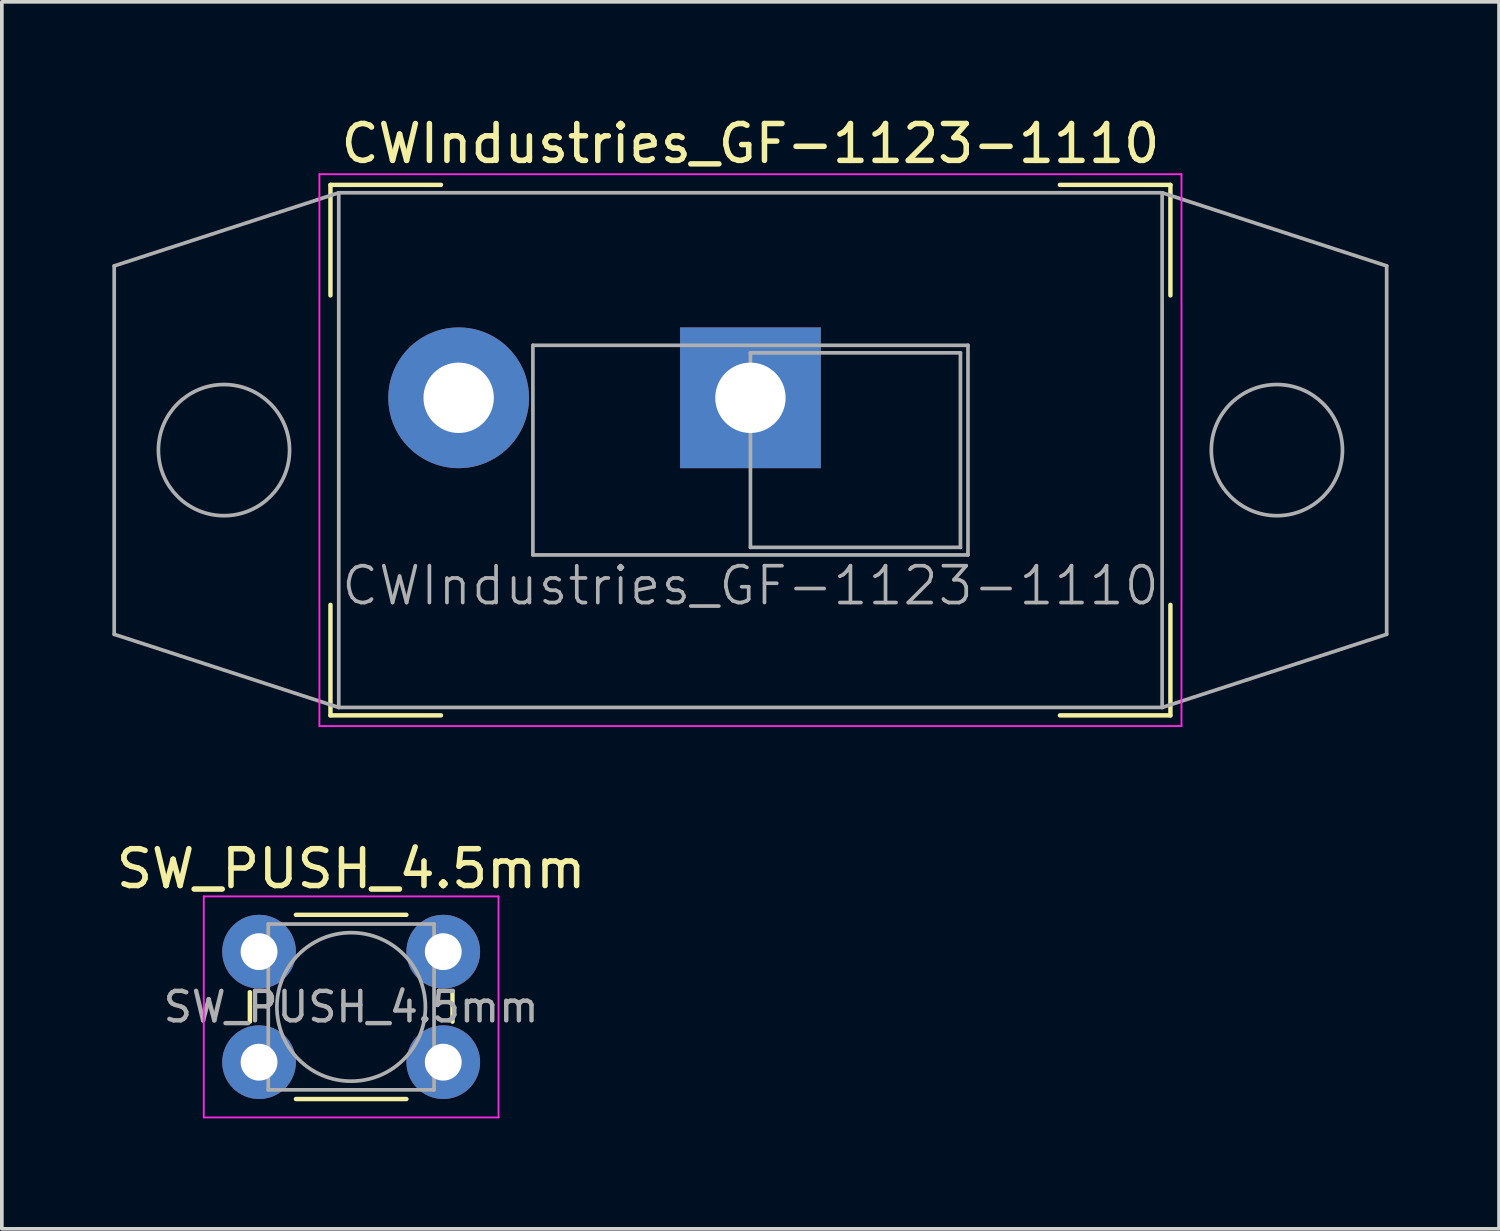
<source format=kicad_pcb>
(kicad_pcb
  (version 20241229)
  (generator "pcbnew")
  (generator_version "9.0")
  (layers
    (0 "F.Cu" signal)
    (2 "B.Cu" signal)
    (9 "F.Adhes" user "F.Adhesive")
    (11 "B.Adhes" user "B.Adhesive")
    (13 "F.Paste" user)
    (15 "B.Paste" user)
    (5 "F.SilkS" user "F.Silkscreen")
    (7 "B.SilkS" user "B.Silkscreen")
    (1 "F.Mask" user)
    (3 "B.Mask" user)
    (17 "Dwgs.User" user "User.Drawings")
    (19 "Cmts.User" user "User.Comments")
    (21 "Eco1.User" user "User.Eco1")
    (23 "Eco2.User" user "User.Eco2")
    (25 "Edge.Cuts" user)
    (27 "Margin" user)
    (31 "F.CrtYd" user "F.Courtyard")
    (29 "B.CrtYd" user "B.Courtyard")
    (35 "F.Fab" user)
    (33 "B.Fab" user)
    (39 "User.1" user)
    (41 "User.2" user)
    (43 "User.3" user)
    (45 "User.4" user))
  (footprint "CWIndustries_GF-1123-1110"
    (layer "F.Cu")
    (at 17.32 7.748)
    (property "Reference" "CWIndustries_GF-1123-1110" (at 0 -6.9 0) (layer "F.SilkS") (effects (font (size 1 1) (thickness 0.15))))
    (attr through_hole)
    (fp_line (start -11.4 -5.78) (end -11.4 -2.78) (stroke (width 0.12) (type solid)) (layer "F.SilkS"))
    (fp_line (start -11.4 5.62) (end -11.4 8.62) (stroke (width 0.12) (type solid)) (layer "F.SilkS"))
    (fp_line (start -11.4 8.62) (end -8.4 8.62) (stroke (width 0.12) (type solid)) (layer "F.SilkS"))
    (fp_line (start -8.4 -5.78) (end -11.4 -5.78) (stroke (width 0.12) (type solid)) (layer "F.SilkS"))
    (fp_line (start 8.4 -5.78) (end 11.4 -5.78) (stroke (width 0.12) (type solid)) (layer "F.SilkS"))
    (fp_line (start 8.4 8.62) (end 11.4 8.62) (stroke (width 0.12) (type solid)) (layer "F.SilkS"))
    (fp_line (start 11.4 -5.78) (end 11.4 -2.78) (stroke (width 0.12) (type solid)) (layer "F.SilkS"))
    (fp_line (start 11.4 8.62) (end 11.4 5.62) (stroke (width 0.12) (type solid)) (layer "F.SilkS"))
    (fp_line (start -11.7 -6.07) (end -11.7 8.91) (stroke (width 0.05) (type solid)) (layer "F.CrtYd"))
    (fp_line (start -11.7 8.91) (end 11.7 8.91) (stroke (width 0.05) (type solid)) (layer "F.CrtYd"))
    (fp_line (start 11.7 -6.07) (end -11.7 -6.07) (stroke (width 0.05) (type solid)) (layer "F.CrtYd"))
    (fp_line (start 11.7 8.91) (end 11.7 -6.07) (stroke (width 0.05) (type solid)) (layer "F.CrtYd"))
    (fp_line (start -17.27 -3.58) (end -17.27 6.42) (stroke (width 0.1) (type solid)) (layer "F.Fab"))
    (fp_line (start -17.27 6.42) (end -11.175 8.405) (stroke (width 0.1) (type solid)) (layer "F.Fab"))
    (fp_line (start -11.175 -5.565) (end -17.27 -3.58) (stroke (width 0.1) (type solid)) (layer "F.Fab"))
    (fp_line (start -11.175 -5.565) (end -11.175 8.405) (stroke (width 0.1) (type solid)) (layer "F.Fab"))
    (fp_line (start -11.175 8.405) (end 11.175 8.405) (stroke (width 0.1) (type solid)) (layer "F.Fab"))
    (fp_line (start -5.905 -1.425) (end -5.905 4.265) (stroke (width 0.1) (type solid)) (layer "F.Fab"))
    (fp_line (start -5.905 4.265) (end 5.905 4.265) (stroke (width 0.1) (type solid)) (layer "F.Fab"))
    (fp_line (start 0 -1.22) (end 5.7 -1.22) (stroke (width 0.1) (type solid)) (layer "F.Fab"))
    (fp_line (start 0 4.06) (end 0 -1.22) (stroke (width 0.1) (type solid)) (layer "F.Fab"))
    (fp_line (start 5.7 -1.22) (end 5.7 4.06) (stroke (width 0.1) (type solid)) (layer "F.Fab"))
    (fp_line (start 5.7 4.06) (end 0 4.06) (stroke (width 0.1) (type solid)) (layer "F.Fab"))
    (fp_line (start 5.905 -1.425) (end -5.905 -1.425) (stroke (width 0.1) (type solid)) (layer "F.Fab"))
    (fp_line (start 5.905 4.265) (end 5.905 -1.425) (stroke (width 0.1) (type solid)) (layer "F.Fab"))
    (fp_line (start 11.175 -5.565) (end -11.175 -5.565) (stroke (width 0.1) (type solid)) (layer "F.Fab"))
    (fp_line (start 11.175 8.405) (end 11.175 -5.565) (stroke (width 0.1) (type solid)) (layer "F.Fab"))
    (fp_line (start 17.27 -3.58) (end 11.175 -5.565) (stroke (width 0.1) (type solid)) (layer "F.Fab"))
    (fp_line (start 17.27 -3.58) (end 17.27 6.42) (stroke (width 0.1) (type solid)) (layer "F.Fab"))
    (fp_line (start 17.27 6.42) (end 11.175 8.405) (stroke (width 0.1) (type solid)) (layer "F.Fab"))
    (fp_circle (center -14.29 1.42) (end -12.51 1.42) (stroke (width 0.1) (type solid)) (fill no) (layer "F.Fab"))
    (fp_circle (center 14.29 1.42) (end 12.51 1.42) (stroke (width 0.1) (type solid)) (fill no) (layer "F.Fab"))
    (fp_text user "${REFERENCE}" (at 0 5.1 0) (layer "F.Fab") (effects (font (size 1 1) (thickness 0.1))))
    (pad "1" thru_hole rect (at 0 0) (size 3.82 3.82) (drill 1.91) (layers "*.Cu" "*.Mask"))
    (pad "2" thru_hole circle (at -7.92 0) (size 3.82 3.82) (drill 1.91) (layers "*.Cu" "*.Mask")))
  (footprint "SW_PUSH_4.5mm"
    (layer "F.Cu")
    (at 3.982 22.782)
    (property "Reference" "SW_PUSH_4.5mm" (at 2.5 -2.25 0) (layer "F.SilkS") (effects (font (size 1 1) (thickness 0.15))))
    (attr through_hole)
    (fp_line (start -0.25 1.1) (end -0.25 1.9) (stroke (width 0.12) (type solid)) (layer "F.SilkS"))
    (fp_line (start 1 4) (end 4 4) (stroke (width 0.12) (type solid)) (layer "F.SilkS"))
    (fp_line (start 4 -1) (end 1 -1) (stroke (width 0.12) (type solid)) (layer "F.SilkS"))
    (fp_line (start 5.25 1.9) (end 5.25 1.1) (stroke (width 0.12) (type solid)) (layer "F.SilkS"))
    (fp_line (start -1.5 -1.5) (end 6.5 -1.5) (stroke (width 0.05) (type solid)) (layer "F.CrtYd"))
    (fp_line (start -1.5 4.5) (end -1.5 -1.5) (stroke (width 0.05) (type solid)) (layer "F.CrtYd"))
    (fp_line (start 6.5 -1.5) (end 6.5 4.5) (stroke (width 0.05) (type solid)) (layer "F.CrtYd"))
    (fp_line (start 6.5 4.5) (end -1.5 4.5) (stroke (width 0.05) (type solid)) (layer "F.CrtYd"))
    (fp_line (start 0.25 -0.75) (end 4.75 -0.75) (stroke (width 0.1) (type solid)) (layer "F.Fab"))
    (fp_line (start 0.25 3.75) (end 0.25 -0.75) (stroke (width 0.1) (type solid)) (layer "F.Fab"))
    (fp_line (start 4.75 -0.75) (end 4.75 3.75) (stroke (width 0.1) (type solid)) (layer "F.Fab"))
    (fp_line (start 4.75 3.75) (end 0.25 3.75) (stroke (width 0.1) (type solid)) (layer "F.Fab"))
    (fp_circle (center 2.5 1.5) (end 0.5 1.75) (stroke (width 0.1) (type solid)) (fill no) (layer "F.Fab"))
    (fp_text user "${REFERENCE}" (at 2.5 1.5 0) (layer "F.Fab") (effects (font (size 0.8 0.8) (thickness 0.12))))
    (pad "1" thru_hole circle (at 0 0 90) (size 2 2) (drill 1) (layers "*.Cu" "*.Mask"))
    (pad "1" thru_hole circle (at 5 0 90) (size 2 2) (drill 1) (layers "*.Cu" "*.Mask"))
    (pad "2" thru_hole circle (at 0 3 90) (size 2 2) (drill 1) (layers "*.Cu" "*.Mask"))
    (pad "2" thru_hole circle (at 5 3 90) (size 2 2) (drill 1) (layers "*.Cu" "*.Mask")))
  (gr_rect
    (start -3 -3)
    (end 37.64 30.306)
    (stroke (width 0.1) (type default))
    (fill no)
    (layer "Edge.Cuts")))
</source>
